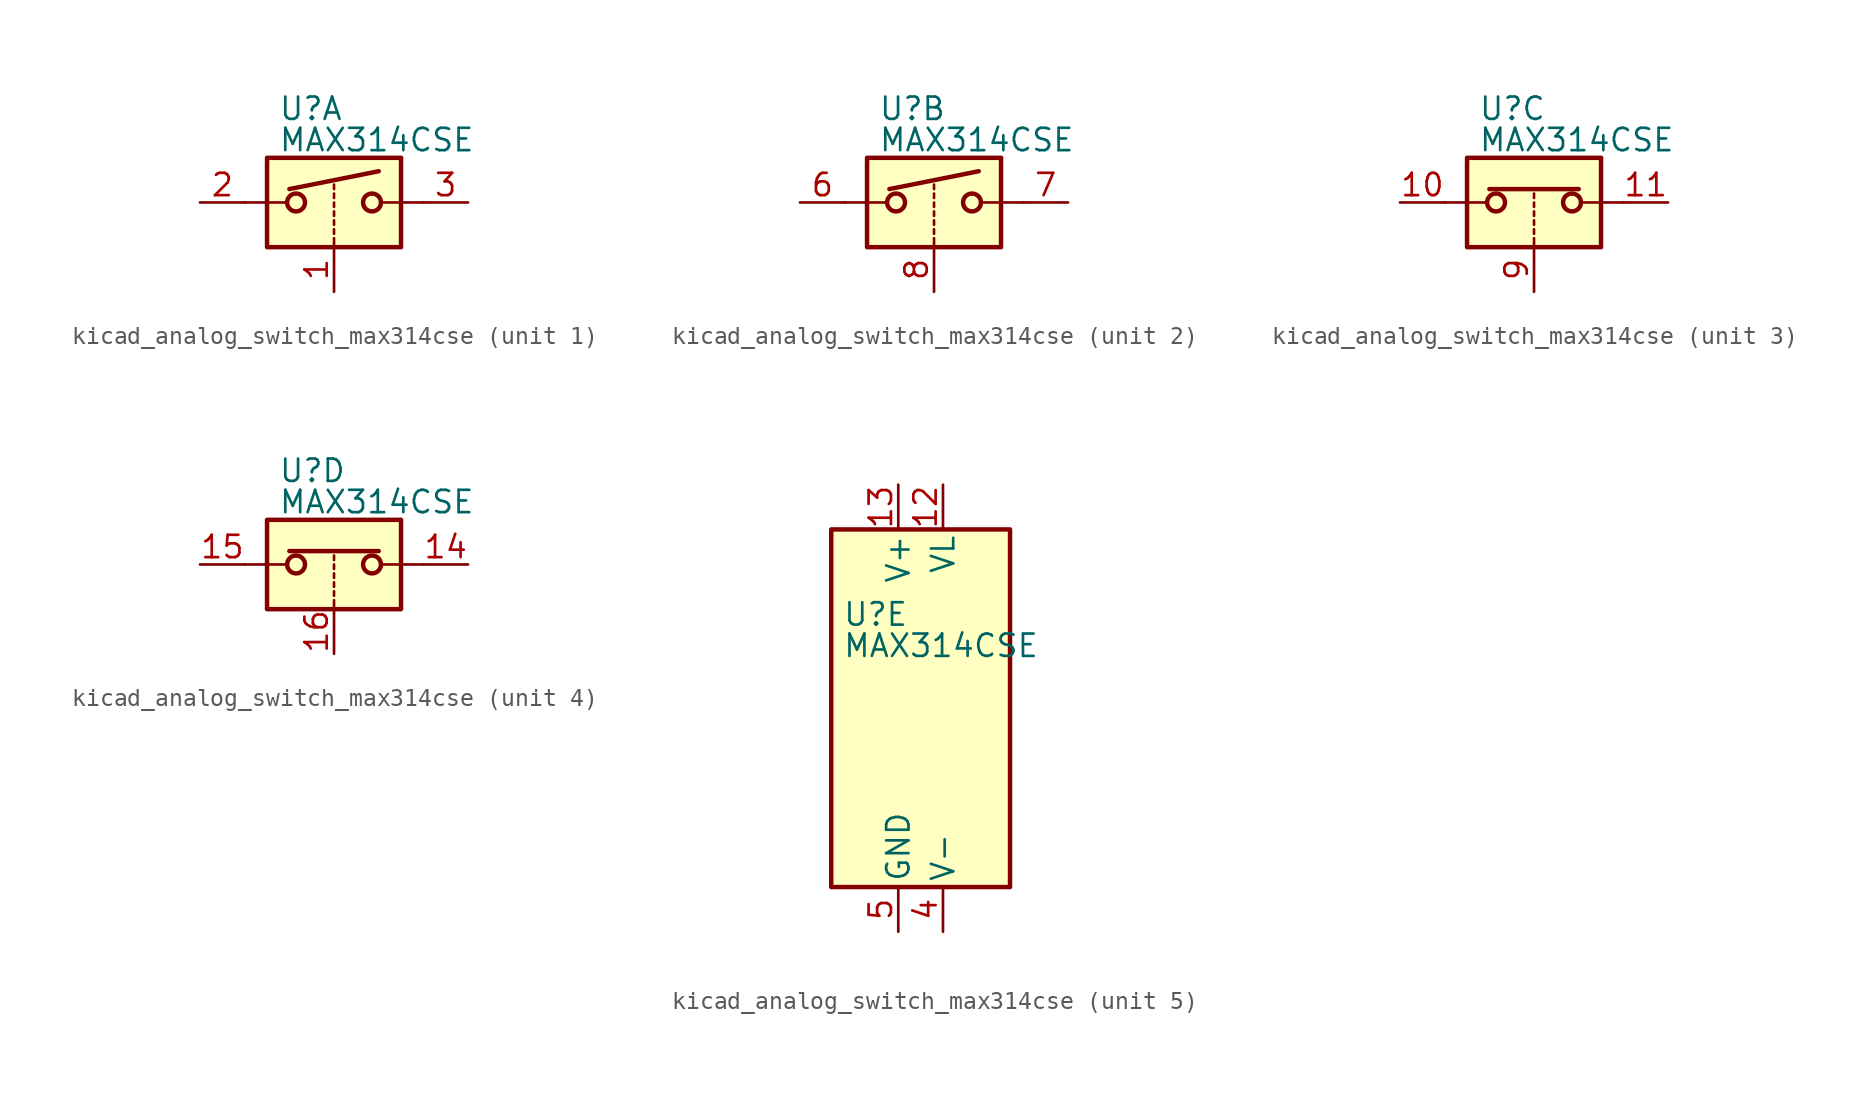
<source format=kicad_sym>
(kicad_symbol_lib
  (version 20220914)
  (generator kicad_symbol_editor)
  (symbol "kicad_analog_switch_max314cse"
    (pin_names
      (offset 0.254))
    (property "Reference" "U"
      (at -3.175 5.334 0)
      (effects (font (size 1.27 1.27)) (justify left)))
    (property "Value" "MAX314CSE"
      (at -3.175 3.556 0)
      (effects (font (size 1.27 1.27)) (justify left)))
    (symbol "kicad_analog_switch_max314cse_1_1"
      (rectangle (start -3.81 2.54) (end 3.81 -2.54) (stroke (width 0.254) (type default)) (fill (type background)))
      (circle (center -2.159 0) (radius 0.508) (stroke (width 0.254) (type default)) (fill (type none)))
      (polyline (pts (xy -5.08 0) (xy -2.794 0)) (stroke (width 0) (type default)) (fill (type none)))
      (polyline (pts (xy -2.54 0.762) (xy 2.54 1.778)) (stroke (width 0.254) (type default)) (fill (type none)))
      (polyline (pts (xy 0 -2.54) (xy 0 -2.032)) (stroke (width 0) (type default)) (fill (type none)))
      (polyline (pts (xy 0 -1.778) (xy 0 -1.524)) (stroke (width 0) (type default)) (fill (type none)))
      (polyline (pts (xy 0 -1.27) (xy 0 -1.016)) (stroke (width 0) (type default)) (fill (type none)))
      (polyline (pts (xy 0 -0.762) (xy 0 -0.508)) (stroke (width 0) (type default)) (fill (type none)))
      (polyline (pts (xy 0 -0.254) (xy 0 0)) (stroke (width 0) (type default)) (fill (type none)))
      (polyline (pts (xy 0 0.254) (xy 0 0.508)) (stroke (width 0) (type default)) (fill (type none)))
      (polyline (pts (xy 0 0.762) (xy 0 1.016)) (stroke (width 0) (type default)) (fill (type none)))
      (polyline (pts (xy 5.08 0) (xy 2.794 0)) (stroke (width 0) (type default)) (fill (type none)))
      (circle (center 2.159 0) (radius 0.508) (stroke (width 0.254) (type default)) (fill (type none)))
      (pin input line (at 0 -5.08 90) (length 2.54) (name "~" (effects (font (size 1.27 1.27)))) (number "1" (effects (font (size 1.27 1.27)))))
      (pin passive line (at -7.62 0 0) (length 2.54) (name "~" (effects (font (size 1.27 1.27)))) (number "2" (effects (font (size 1.27 1.27)))))
      (pin passive line (at 7.62 0 180) (length 2.54) (name "~" (effects (font (size 1.27 1.27)))) (number "3" (effects (font (size 1.27 1.27))))))
    (symbol "kicad_analog_switch_max314cse_2_1"
      (rectangle (start -3.81 2.54) (end 3.81 -2.54) (stroke (width 0.254) (type default)) (fill (type background)))
      (circle (center -2.159 0) (radius 0.508) (stroke (width 0.254) (type default)) (fill (type none)))
      (polyline (pts (xy -5.08 0) (xy -2.794 0)) (stroke (width 0) (type default)) (fill (type none)))
      (polyline (pts (xy -2.54 0.762) (xy 2.54 1.778)) (stroke (width 0.254) (type default)) (fill (type none)))
      (polyline (pts (xy 0 -2.54) (xy 0 -2.032)) (stroke (width 0) (type default)) (fill (type none)))
      (polyline (pts (xy 0 -1.778) (xy 0 -1.524)) (stroke (width 0) (type default)) (fill (type none)))
      (polyline (pts (xy 0 -1.27) (xy 0 -1.016)) (stroke (width 0) (type default)) (fill (type none)))
      (polyline (pts (xy 0 -0.762) (xy 0 -0.508)) (stroke (width 0) (type default)) (fill (type none)))
      (polyline (pts (xy 0 -0.254) (xy 0 0)) (stroke (width 0) (type default)) (fill (type none)))
      (polyline (pts (xy 0 0.254) (xy 0 0.508)) (stroke (width 0) (type default)) (fill (type none)))
      (polyline (pts (xy 0 0.762) (xy 0 1.016)) (stroke (width 0) (type default)) (fill (type none)))
      (polyline (pts (xy 5.08 0) (xy 2.794 0)) (stroke (width 0) (type default)) (fill (type none)))
      (circle (center 2.159 0) (radius 0.508) (stroke (width 0.254) (type default)) (fill (type none)))
      (pin passive line (at -7.62 0 0) (length 2.54) (name "~" (effects (font (size 1.27 1.27)))) (number "6" (effects (font (size 1.27 1.27)))))
      (pin passive line (at 7.62 0 180) (length 2.54) (name "~" (effects (font (size 1.27 1.27)))) (number "7" (effects (font (size 1.27 1.27)))))
      (pin input line (at 0 -5.08 90) (length 2.54) (name "~" (effects (font (size 1.27 1.27)))) (number "8" (effects (font (size 1.27 1.27))))))
    (symbol "kicad_analog_switch_max314cse_3_1"
      (rectangle (start -3.81 2.54) (end 3.81 -2.54) (stroke (width 0.254) (type default)) (fill (type background)))
      (circle (center -2.159 0) (radius 0.508) (stroke (width 0.254) (type default)) (fill (type none)))
      (polyline (pts (xy -5.08 0) (xy -2.794 0)) (stroke (width 0) (type default)) (fill (type none)))
      (polyline (pts (xy -2.54 0.762) (xy 2.54 0.762)) (stroke (width 0.254) (type default)) (fill (type none)))
      (polyline (pts (xy 0 -2.54) (xy 0 -2.032)) (stroke (width 0) (type default)) (fill (type none)))
      (polyline (pts (xy 0 -1.778) (xy 0 -1.524)) (stroke (width 0) (type default)) (fill (type none)))
      (polyline (pts (xy 0 -1.27) (xy 0 -1.016)) (stroke (width 0) (type default)) (fill (type none)))
      (polyline (pts (xy 0 -0.762) (xy 0 -0.508)) (stroke (width 0) (type default)) (fill (type none)))
      (polyline (pts (xy 0 -0.254) (xy 0 0)) (stroke (width 0) (type default)) (fill (type none)))
      (polyline (pts (xy 0 0.254) (xy 0 0.508)) (stroke (width 0) (type default)) (fill (type none)))
      (polyline (pts (xy 5.08 0) (xy 2.794 0)) (stroke (width 0) (type default)) (fill (type none)))
      (circle (center 2.159 0) (radius 0.508) (stroke (width 0.254) (type default)) (fill (type none)))
      (pin passive line (at -7.62 0 0) (length 2.54) (name "~" (effects (font (size 1.27 1.27)))) (number "10" (effects (font (size 1.27 1.27)))))
      (pin passive line (at 7.62 0 180) (length 2.54) (name "~" (effects (font (size 1.27 1.27)))) (number "11" (effects (font (size 1.27 1.27)))))
      (pin input line (at 0 -5.08 90) (length 2.54) (name "~" (effects (font (size 1.27 1.27)))) (number "9" (effects (font (size 1.27 1.27))))))
    (symbol "kicad_analog_switch_max314cse_4_1"
      (rectangle (start -3.81 2.54) (end 3.81 -2.54) (stroke (width 0.254) (type default)) (fill (type background)))
      (circle (center -2.159 0) (radius 0.508) (stroke (width 0.254) (type default)) (fill (type none)))
      (polyline (pts (xy -5.08 0) (xy -2.794 0)) (stroke (width 0) (type default)) (fill (type none)))
      (polyline (pts (xy -2.54 0.762) (xy 2.54 0.762)) (stroke (width 0.254) (type default)) (fill (type none)))
      (polyline (pts (xy 0 -2.54) (xy 0 -2.032)) (stroke (width 0) (type default)) (fill (type none)))
      (polyline (pts (xy 0 -1.778) (xy 0 -1.524)) (stroke (width 0) (type default)) (fill (type none)))
      (polyline (pts (xy 0 -1.27) (xy 0 -1.016)) (stroke (width 0) (type default)) (fill (type none)))
      (polyline (pts (xy 0 -0.762) (xy 0 -0.508)) (stroke (width 0) (type default)) (fill (type none)))
      (polyline (pts (xy 0 -0.254) (xy 0 0)) (stroke (width 0) (type default)) (fill (type none)))
      (polyline (pts (xy 0 0.254) (xy 0 0.508)) (stroke (width 0) (type default)) (fill (type none)))
      (polyline (pts (xy 5.08 0) (xy 2.794 0)) (stroke (width 0) (type default)) (fill (type none)))
      (circle (center 2.159 0) (radius 0.508) (stroke (width 0.254) (type default)) (fill (type none)))
      (pin passive line (at 7.62 0 180) (length 2.54) (name "~" (effects (font (size 1.27 1.27)))) (number "14" (effects (font (size 1.27 1.27)))))
      (pin passive line (at -7.62 0 0) (length 2.54) (name "~" (effects (font (size 1.27 1.27)))) (number "15" (effects (font (size 1.27 1.27)))))
      (pin input line (at 0 -5.08 90) (length 2.54) (name "~" (effects (font (size 1.27 1.27)))) (number "16" (effects (font (size 1.27 1.27))))))
    (symbol "kicad_analog_switch_max314cse_5_0"
      (pin power_in line (at 2.54 12.7 270) (length 2.54) (name "VL" (effects (font (size 1.27 1.27)))) (number "12" (effects (font (size 1.27 1.27)))))
      (pin power_in line (at 0 12.7 270) (length 2.54) (name "V+" (effects (font (size 1.27 1.27)))) (number "13" (effects (font (size 1.27 1.27)))))
      (pin power_in line (at 2.54 -12.7 90) (length 2.54) (name "V-" (effects (font (size 1.27 1.27)))) (number "4" (effects (font (size 1.27 1.27)))))
      (pin power_in line (at 0 -12.7 90) (length 2.54) (name "GND" (effects (font (size 1.27 1.27)))) (number "5" (effects (font (size 1.27 1.27))))))
    (symbol "kicad_analog_switch_max314cse_5_1"
      (rectangle (start -3.81 10.16) (end 6.35 -10.16) (stroke (width 0.254) (type default)) (fill (type background))))))
</source>
